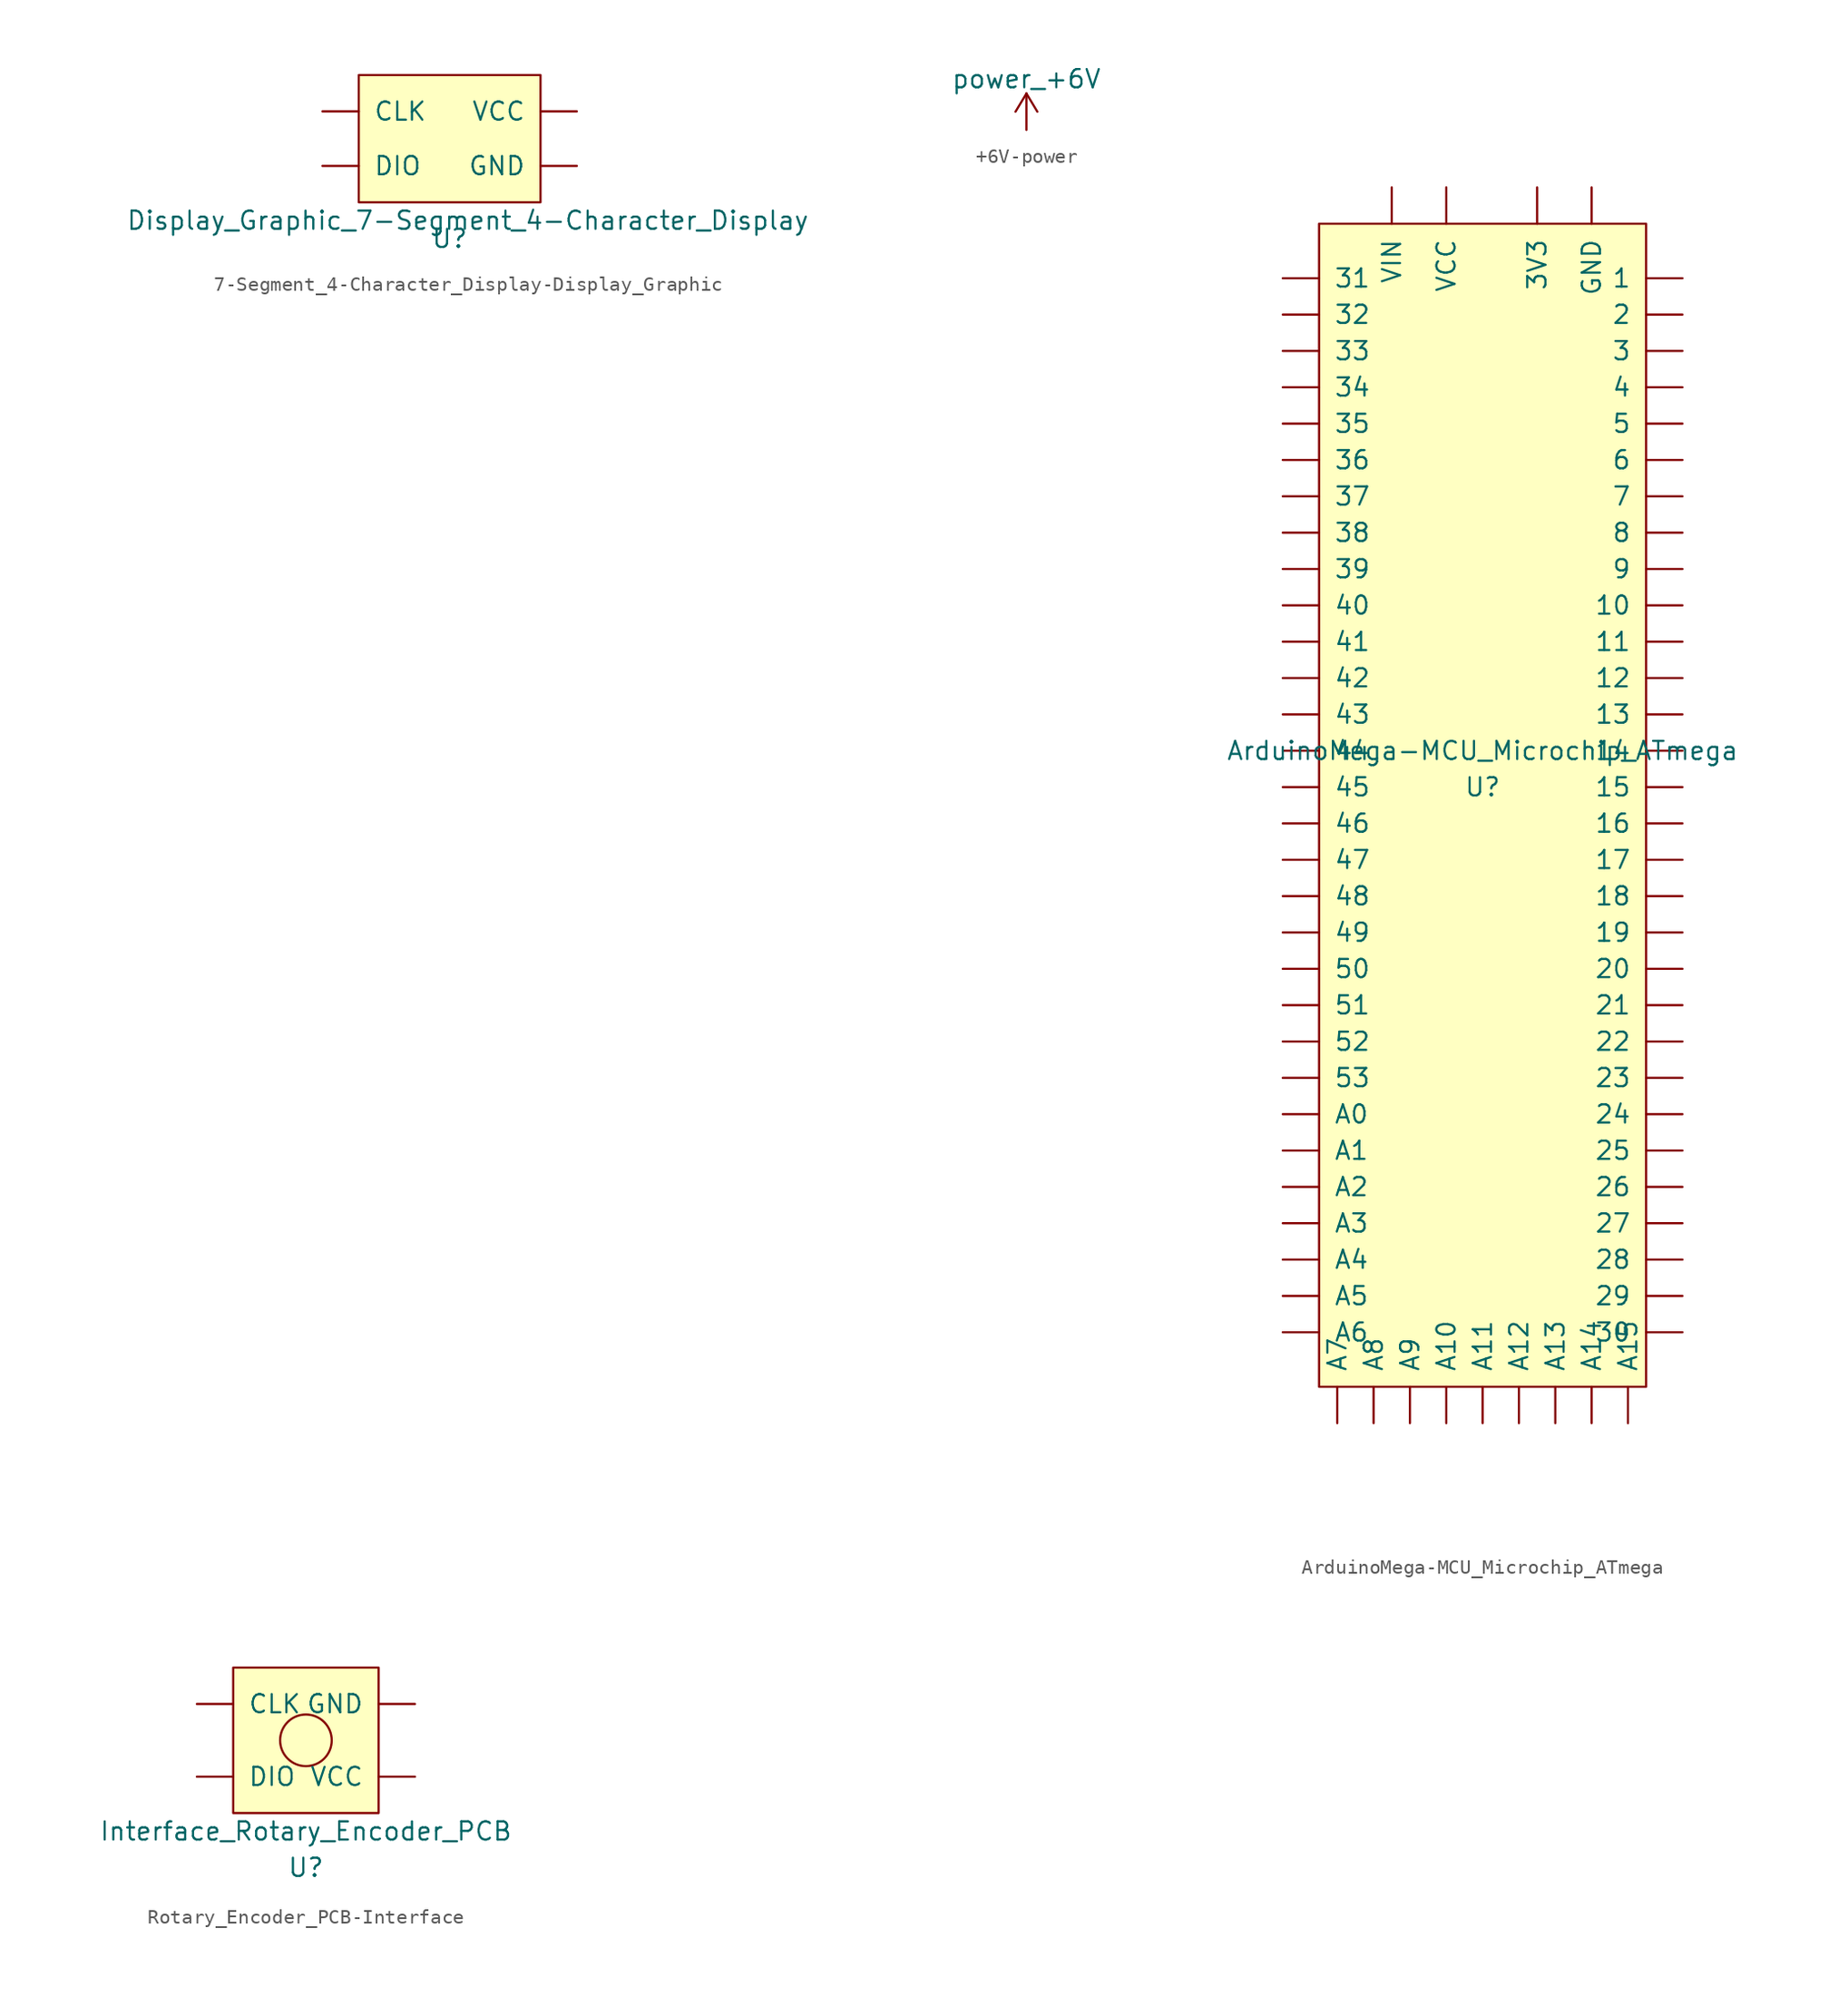
<source format=kicad_sym>
(kicad_symbol_lib
  (version 20231120)
  (generator "kicad_symbol_editor")
  (generator_version "8.0")
  (symbol "7-Segment_4-Character_Display-Display_Graphic"
    (pin_names
      (offset 1.016))
    (property "Reference" "U"
      (at 0 -6.35 0)
      (effects (font (size 1.27 1.27))))
    (property "Value" "Display_Graphic_7-Segment_4-Character_Display"
      (at 1.27 -5.08 0)
      (effects (font (size 1.27 1.27))))
    (symbol "7-Segment_4-Character_Display-Display_Graphic_0_1"
      (rectangle (start -6.35 5.08) (end 6.35 -3.81) (stroke (width 0) (type solid)) (fill (type background))))
    (symbol "7-Segment_4-Character_Display-Display_Graphic_1_1"
      (pin input line (at -8.89 2.54 0) (length 2.54) (name "CLK" (effects (font (size 1.27 1.27)))) (number "~" (effects (font (size 1.27 1.27)))))
      (pin input line (at -8.89 -1.27 0) (length 2.54) (name "DIO" (effects (font (size 1.27 1.27)))) (number "~" (effects (font (size 1.27 1.27)))))
      (pin input line (at 8.89 -1.27 180) (length 2.54) (name "GND" (effects (font (size 1.27 1.27)))) (number "~" (effects (font (size 1.27 1.27)))))
      (pin input line (at 8.89 2.54 180) (length 2.54) (name "VCC" (effects (font (size 1.27 1.27)))) (number "~" (effects (font (size 1.27 1.27)))))))
  (symbol "+6V-power"
    (power)
    (pin_names
      (offset 0))
    (property "Reference" "#PWR"
      (at 0 -3.81 0)
      (effects (font (size 1.27 1.27)) (hide yes)))
    (property "Value" "power_+6V"
      (at 0 3.556 0)
      (effects (font (size 1.27 1.27))))
    (symbol "+6V-power_0_1"
      (polyline (pts (xy -0.762 1.27) (xy 0 2.54)) (stroke (width 0) (type solid)) (fill (type none)))
      (polyline (pts (xy 0 0) (xy 0 2.54)) (stroke (width 0) (type solid)) (fill (type none)))
      (polyline (pts (xy 0 2.54) (xy 0.762 1.27)) (stroke (width 0) (type solid)) (fill (type none))))
    (symbol "+6V-power_1_1"
      (pin power_in line (at 0 0 90) (length 0) hide (name "+6V" (effects (font (size 1.27 1.27)))) (number "1" (effects (font (size 1.27 1.27)))))))
  (symbol "ArduinoMega-MCU_Microchip_ATmega"
    (pin_names
      (offset 1.016))
    (property "Reference" "U"
      (at 0 1.27 0)
      (effects (font (size 1.27 1.27))))
    (property "Value" "ArduinoMega-MCU_Microchip_ATmega"
      (at 0 3.81 0)
      (effects (font (size 1.27 1.27))))
    (symbol "ArduinoMega-MCU_Microchip_ATmega_0_1"
      (rectangle (start -11.43 40.64) (end 11.43 -40.64) (stroke (width 0) (type solid)) (fill (type background))))
    (symbol "ArduinoMega-MCU_Microchip_ATmega_1_1"
      (pin bidirectional line (at 13.97 36.83 180) (length 2.54) (name "1" (effects (font (size 1.27 1.27)))) (number "~" (effects (font (size 1.27 1.27)))))
      (pin bidirectional line (at 13.97 13.97 180) (length 2.54) (name "10" (effects (font (size 1.27 1.27)))) (number "~" (effects (font (size 1.27 1.27)))))
      (pin bidirectional line (at 13.97 11.43 180) (length 2.54) (name "11" (effects (font (size 1.27 1.27)))) (number "~" (effects (font (size 1.27 1.27)))))
      (pin bidirectional line (at 13.97 8.89 180) (length 2.54) (name "12" (effects (font (size 1.27 1.27)))) (number "~" (effects (font (size 1.27 1.27)))))
      (pin bidirectional line (at 13.97 6.35 180) (length 2.54) (name "13" (effects (font (size 1.27 1.27)))) (number "~" (effects (font (size 1.27 1.27)))))
      (pin bidirectional line (at 13.97 3.81 180) (length 2.54) (name "14" (effects (font (size 1.27 1.27)))) (number "~" (effects (font (size 1.27 1.27)))))
      (pin bidirectional line (at 13.97 1.27 180) (length 2.54) (name "15" (effects (font (size 1.27 1.27)))) (number "~" (effects (font (size 1.27 1.27)))))
      (pin bidirectional line (at 13.97 -1.27 180) (length 2.54) (name "16" (effects (font (size 1.27 1.27)))) (number "~" (effects (font (size 1.27 1.27)))))
      (pin bidirectional line (at 13.97 -3.81 180) (length 2.54) (name "17" (effects (font (size 1.27 1.27)))) (number "~" (effects (font (size 1.27 1.27)))))
      (pin bidirectional line (at 13.97 -6.35 180) (length 2.54) (name "18" (effects (font (size 1.27 1.27)))) (number "~" (effects (font (size 1.27 1.27)))))
      (pin bidirectional line (at 13.97 -8.89 180) (length 2.54) (name "19" (effects (font (size 1.27 1.27)))) (number "~" (effects (font (size 1.27 1.27)))))
      (pin bidirectional line (at 13.97 34.29 180) (length 2.54) (name "2" (effects (font (size 1.27 1.27)))) (number "~" (effects (font (size 1.27 1.27)))))
      (pin bidirectional line (at 13.97 -11.43 180) (length 2.54) (name "20" (effects (font (size 1.27 1.27)))) (number "~" (effects (font (size 1.27 1.27)))))
      (pin bidirectional line (at 13.97 -13.97 180) (length 2.54) (name "21" (effects (font (size 1.27 1.27)))) (number "~" (effects (font (size 1.27 1.27)))))
      (pin bidirectional line (at 13.97 -16.51 180) (length 2.54) (name "22" (effects (font (size 1.27 1.27)))) (number "~" (effects (font (size 1.27 1.27)))))
      (pin bidirectional line (at 13.97 -19.05 180) (length 2.54) (name "23" (effects (font (size 1.27 1.27)))) (number "~" (effects (font (size 1.27 1.27)))))
      (pin bidirectional line (at 13.97 -21.59 180) (length 2.54) (name "24" (effects (font (size 1.27 1.27)))) (number "~" (effects (font (size 1.27 1.27)))))
      (pin bidirectional line (at 13.97 -24.13 180) (length 2.54) (name "25" (effects (font (size 1.27 1.27)))) (number "~" (effects (font (size 1.27 1.27)))))
      (pin bidirectional line (at 13.97 -26.67 180) (length 2.54) (name "26" (effects (font (size 1.27 1.27)))) (number "~" (effects (font (size 1.27 1.27)))))
      (pin bidirectional line (at 13.97 -29.21 180) (length 2.54) (name "27" (effects (font (size 1.27 1.27)))) (number "~" (effects (font (size 1.27 1.27)))))
      (pin bidirectional line (at 13.97 -31.75 180) (length 2.54) (name "28" (effects (font (size 1.27 1.27)))) (number "~" (effects (font (size 1.27 1.27)))))
      (pin bidirectional line (at 13.97 -34.29 180) (length 2.54) (name "29" (effects (font (size 1.27 1.27)))) (number "~" (effects (font (size 1.27 1.27)))))
      (pin bidirectional line (at 13.97 31.75 180) (length 2.54) (name "3" (effects (font (size 1.27 1.27)))) (number "~" (effects (font (size 1.27 1.27)))))
      (pin bidirectional line (at 13.97 -36.83 180) (length 2.54) (name "30" (effects (font (size 1.27 1.27)))) (number "~" (effects (font (size 1.27 1.27)))))
      (pin bidirectional line (at -13.97 36.83 0) (length 2.54) (name "31" (effects (font (size 1.27 1.27)))) (number "~" (effects (font (size 1.27 1.27)))))
      (pin bidirectional line (at -13.97 34.29 0) (length 2.54) (name "32" (effects (font (size 1.27 1.27)))) (number "~" (effects (font (size 1.27 1.27)))))
      (pin bidirectional line (at -13.97 31.75 0) (length 2.54) (name "33" (effects (font (size 1.27 1.27)))) (number "~" (effects (font (size 1.27 1.27)))))
      (pin bidirectional line (at -13.97 29.21 0) (length 2.54) (name "34" (effects (font (size 1.27 1.27)))) (number "~" (effects (font (size 1.27 1.27)))))
      (pin bidirectional line (at -13.97 26.67 0) (length 2.54) (name "35" (effects (font (size 1.27 1.27)))) (number "~" (effects (font (size 1.27 1.27)))))
      (pin bidirectional line (at -13.97 24.13 0) (length 2.54) (name "36" (effects (font (size 1.27 1.27)))) (number "~" (effects (font (size 1.27 1.27)))))
      (pin bidirectional line (at -13.97 21.59 0) (length 2.54) (name "37" (effects (font (size 1.27 1.27)))) (number "~" (effects (font (size 1.27 1.27)))))
      (pin bidirectional line (at -13.97 19.05 0) (length 2.54) (name "38" (effects (font (size 1.27 1.27)))) (number "~" (effects (font (size 1.27 1.27)))))
      (pin bidirectional line (at -13.97 16.51 0) (length 2.54) (name "39" (effects (font (size 1.27 1.27)))) (number "~" (effects (font (size 1.27 1.27)))))
      (pin input line (at 3.81 43.18 270) (length 2.54) (name "3V3" (effects (font (size 1.27 1.27)))) (number "~" (effects (font (size 1.27 1.27)))))
      (pin bidirectional line (at 13.97 29.21 180) (length 2.54) (name "4" (effects (font (size 1.27 1.27)))) (number "~" (effects (font (size 1.27 1.27)))))
      (pin bidirectional line (at -13.97 13.97 0) (length 2.54) (name "40" (effects (font (size 1.27 1.27)))) (number "~" (effects (font (size 1.27 1.27)))))
      (pin bidirectional line (at -13.97 11.43 0) (length 2.54) (name "41" (effects (font (size 1.27 1.27)))) (number "~" (effects (font (size 1.27 1.27)))))
      (pin bidirectional line (at -13.97 8.89 0) (length 2.54) (name "42" (effects (font (size 1.27 1.27)))) (number "~" (effects (font (size 1.27 1.27)))))
      (pin bidirectional line (at -13.97 6.35 0) (length 2.54) (name "43" (effects (font (size 1.27 1.27)))) (number "~" (effects (font (size 1.27 1.27)))))
      (pin bidirectional line (at -13.97 3.81 0) (length 2.54) (name "44" (effects (font (size 1.27 1.27)))) (number "~" (effects (font (size 1.27 1.27)))))
      (pin bidirectional line (at -13.97 1.27 0) (length 2.54) (name "45" (effects (font (size 1.27 1.27)))) (number "~" (effects (font (size 1.27 1.27)))))
      (pin bidirectional line (at -13.97 -1.27 0) (length 2.54) (name "46" (effects (font (size 1.27 1.27)))) (number "~" (effects (font (size 1.27 1.27)))))
      (pin bidirectional line (at -13.97 -3.81 0) (length 2.54) (name "47" (effects (font (size 1.27 1.27)))) (number "~" (effects (font (size 1.27 1.27)))))
      (pin bidirectional line (at -13.97 -6.35 0) (length 2.54) (name "48" (effects (font (size 1.27 1.27)))) (number "~" (effects (font (size 1.27 1.27)))))
      (pin bidirectional line (at -13.97 -8.89 0) (length 2.54) (name "49" (effects (font (size 1.27 1.27)))) (number "~" (effects (font (size 1.27 1.27)))))
      (pin bidirectional line (at 13.97 26.67 180) (length 2.54) (name "5" (effects (font (size 1.27 1.27)))) (number "~" (effects (font (size 1.27 1.27)))))
      (pin bidirectional line (at -13.97 -11.43 0) (length 2.54) (name "50" (effects (font (size 1.27 1.27)))) (number "~" (effects (font (size 1.27 1.27)))))
      (pin bidirectional line (at -13.97 -13.97 0) (length 2.54) (name "51" (effects (font (size 1.27 1.27)))) (number "~" (effects (font (size 1.27 1.27)))))
      (pin bidirectional line (at -13.97 -16.51 0) (length 2.54) (name "52" (effects (font (size 1.27 1.27)))) (number "~" (effects (font (size 1.27 1.27)))))
      (pin bidirectional line (at -13.97 -19.05 0) (length 2.54) (name "53" (effects (font (size 1.27 1.27)))) (number "~" (effects (font (size 1.27 1.27)))))
      (pin bidirectional line (at 13.97 24.13 180) (length 2.54) (name "6" (effects (font (size 1.27 1.27)))) (number "~" (effects (font (size 1.27 1.27)))))
      (pin bidirectional line (at 13.97 21.59 180) (length 2.54) (name "7" (effects (font (size 1.27 1.27)))) (number "~" (effects (font (size 1.27 1.27)))))
      (pin bidirectional line (at 13.97 19.05 180) (length 2.54) (name "8" (effects (font (size 1.27 1.27)))) (number "~" (effects (font (size 1.27 1.27)))))
      (pin bidirectional line (at 13.97 16.51 180) (length 2.54) (name "9" (effects (font (size 1.27 1.27)))) (number "~" (effects (font (size 1.27 1.27)))))
      (pin bidirectional line (at -13.97 -21.59 0) (length 2.54) (name "A0" (effects (font (size 1.27 1.27)))) (number "~" (effects (font (size 1.27 1.27)))))
      (pin bidirectional line (at -13.97 -24.13 0) (length 2.54) (name "A1" (effects (font (size 1.27 1.27)))) (number "~" (effects (font (size 1.27 1.27)))))
      (pin bidirectional line (at -2.54 -43.18 90) (length 2.54) (name "A10" (effects (font (size 1.27 1.27)))) (number "~" (effects (font (size 1.27 1.27)))))
      (pin bidirectional line (at 0 -43.18 90) (length 2.54) (name "A11" (effects (font (size 1.27 1.27)))) (number "~" (effects (font (size 1.27 1.27)))))
      (pin bidirectional line (at 2.54 -43.18 90) (length 2.54) (name "A12" (effects (font (size 1.27 1.27)))) (number "~" (effects (font (size 1.27 1.27)))))
      (pin bidirectional line (at 5.08 -43.18 90) (length 2.54) (name "A13" (effects (font (size 1.27 1.27)))) (number "~" (effects (font (size 1.27 1.27)))))
      (pin bidirectional line (at 7.62 -43.18 90) (length 2.54) (name "A14" (effects (font (size 1.27 1.27)))) (number "~" (effects (font (size 1.27 1.27)))))
      (pin bidirectional line (at 10.16 -43.18 90) (length 2.54) (name "A15" (effects (font (size 1.27 1.27)))) (number "~" (effects (font (size 1.27 1.27)))))
      (pin bidirectional line (at -13.97 -26.67 0) (length 2.54) (name "A2" (effects (font (size 1.27 1.27)))) (number "~" (effects (font (size 1.27 1.27)))))
      (pin bidirectional line (at -13.97 -29.21 0) (length 2.54) (name "A3" (effects (font (size 1.27 1.27)))) (number "~" (effects (font (size 1.27 1.27)))))
      (pin bidirectional line (at -13.97 -31.75 0) (length 2.54) (name "A4" (effects (font (size 1.27 1.27)))) (number "~" (effects (font (size 1.27 1.27)))))
      (pin bidirectional line (at -13.97 -34.29 0) (length 2.54) (name "A5" (effects (font (size 1.27 1.27)))) (number "~" (effects (font (size 1.27 1.27)))))
      (pin bidirectional line (at -13.97 -36.83 0) (length 2.54) (name "A6" (effects (font (size 1.27 1.27)))) (number "~" (effects (font (size 1.27 1.27)))))
      (pin bidirectional line (at -10.16 -43.18 90) (length 2.54) (name "A7" (effects (font (size 1.27 1.27)))) (number "~" (effects (font (size 1.27 1.27)))))
      (pin bidirectional line (at -7.62 -43.18 90) (length 2.54) (name "A8" (effects (font (size 1.27 1.27)))) (number "~" (effects (font (size 1.27 1.27)))))
      (pin bidirectional line (at -5.08 -43.18 90) (length 2.54) (name "A9" (effects (font (size 1.27 1.27)))) (number "~" (effects (font (size 1.27 1.27)))))
      (pin input line (at 7.62 43.18 270) (length 2.54) (name "GND" (effects (font (size 1.27 1.27)))) (number "~" (effects (font (size 1.27 1.27)))))
      (pin input line (at -2.54 43.18 270) (length 2.54) (name "VCC" (effects (font (size 1.27 1.27)))) (number "~" (effects (font (size 1.27 1.27)))))
      (pin input line (at -6.35 43.18 270) (length 2.54) (name "VIN" (effects (font (size 1.27 1.27)))) (number "~" (effects (font (size 1.27 1.27)))))))
  (symbol "Rotary_Encoder_PCB-Interface"
    (pin_names
      (offset 1.016))
    (property "Reference" "U"
      (at 0 -8.89 0)
      (effects (font (size 1.27 1.27))))
    (property "Value" "Interface_Rotary_Encoder_PCB"
      (at 0 -6.35 0)
      (effects (font (size 1.27 1.27))))
    (symbol "Rotary_Encoder_PCB-Interface_0_1"
      (rectangle (start -5.08 5.08) (end 5.08 -5.08) (stroke (width 0) (type solid)) (fill (type background)))
      (circle (center 0 0) (radius 1.803) (stroke (width 0) (type solid)) (fill (type none))))
    (symbol "Rotary_Encoder_PCB-Interface_1_1"
      (pin output line (at -7.62 2.54 0) (length 2.54) (name "CLK" (effects (font (size 1.27 1.27)))) (number "~" (effects (font (size 1.27 1.27)))))
      (pin output line (at -7.62 -2.54 0) (length 2.54) (name "DIO" (effects (font (size 1.27 1.27)))) (number "~" (effects (font (size 1.27 1.27)))))
      (pin input line (at 7.62 2.54 180) (length 2.54) (name "GND" (effects (font (size 1.27 1.27)))) (number "~" (effects (font (size 1.27 1.27)))))
      (pin input line (at 7.62 -2.54 180) (length 2.54) (name "VCC" (effects (font (size 1.27 1.27)))) (number "~" (effects (font (size 1.27 1.27))))))))
</source>
